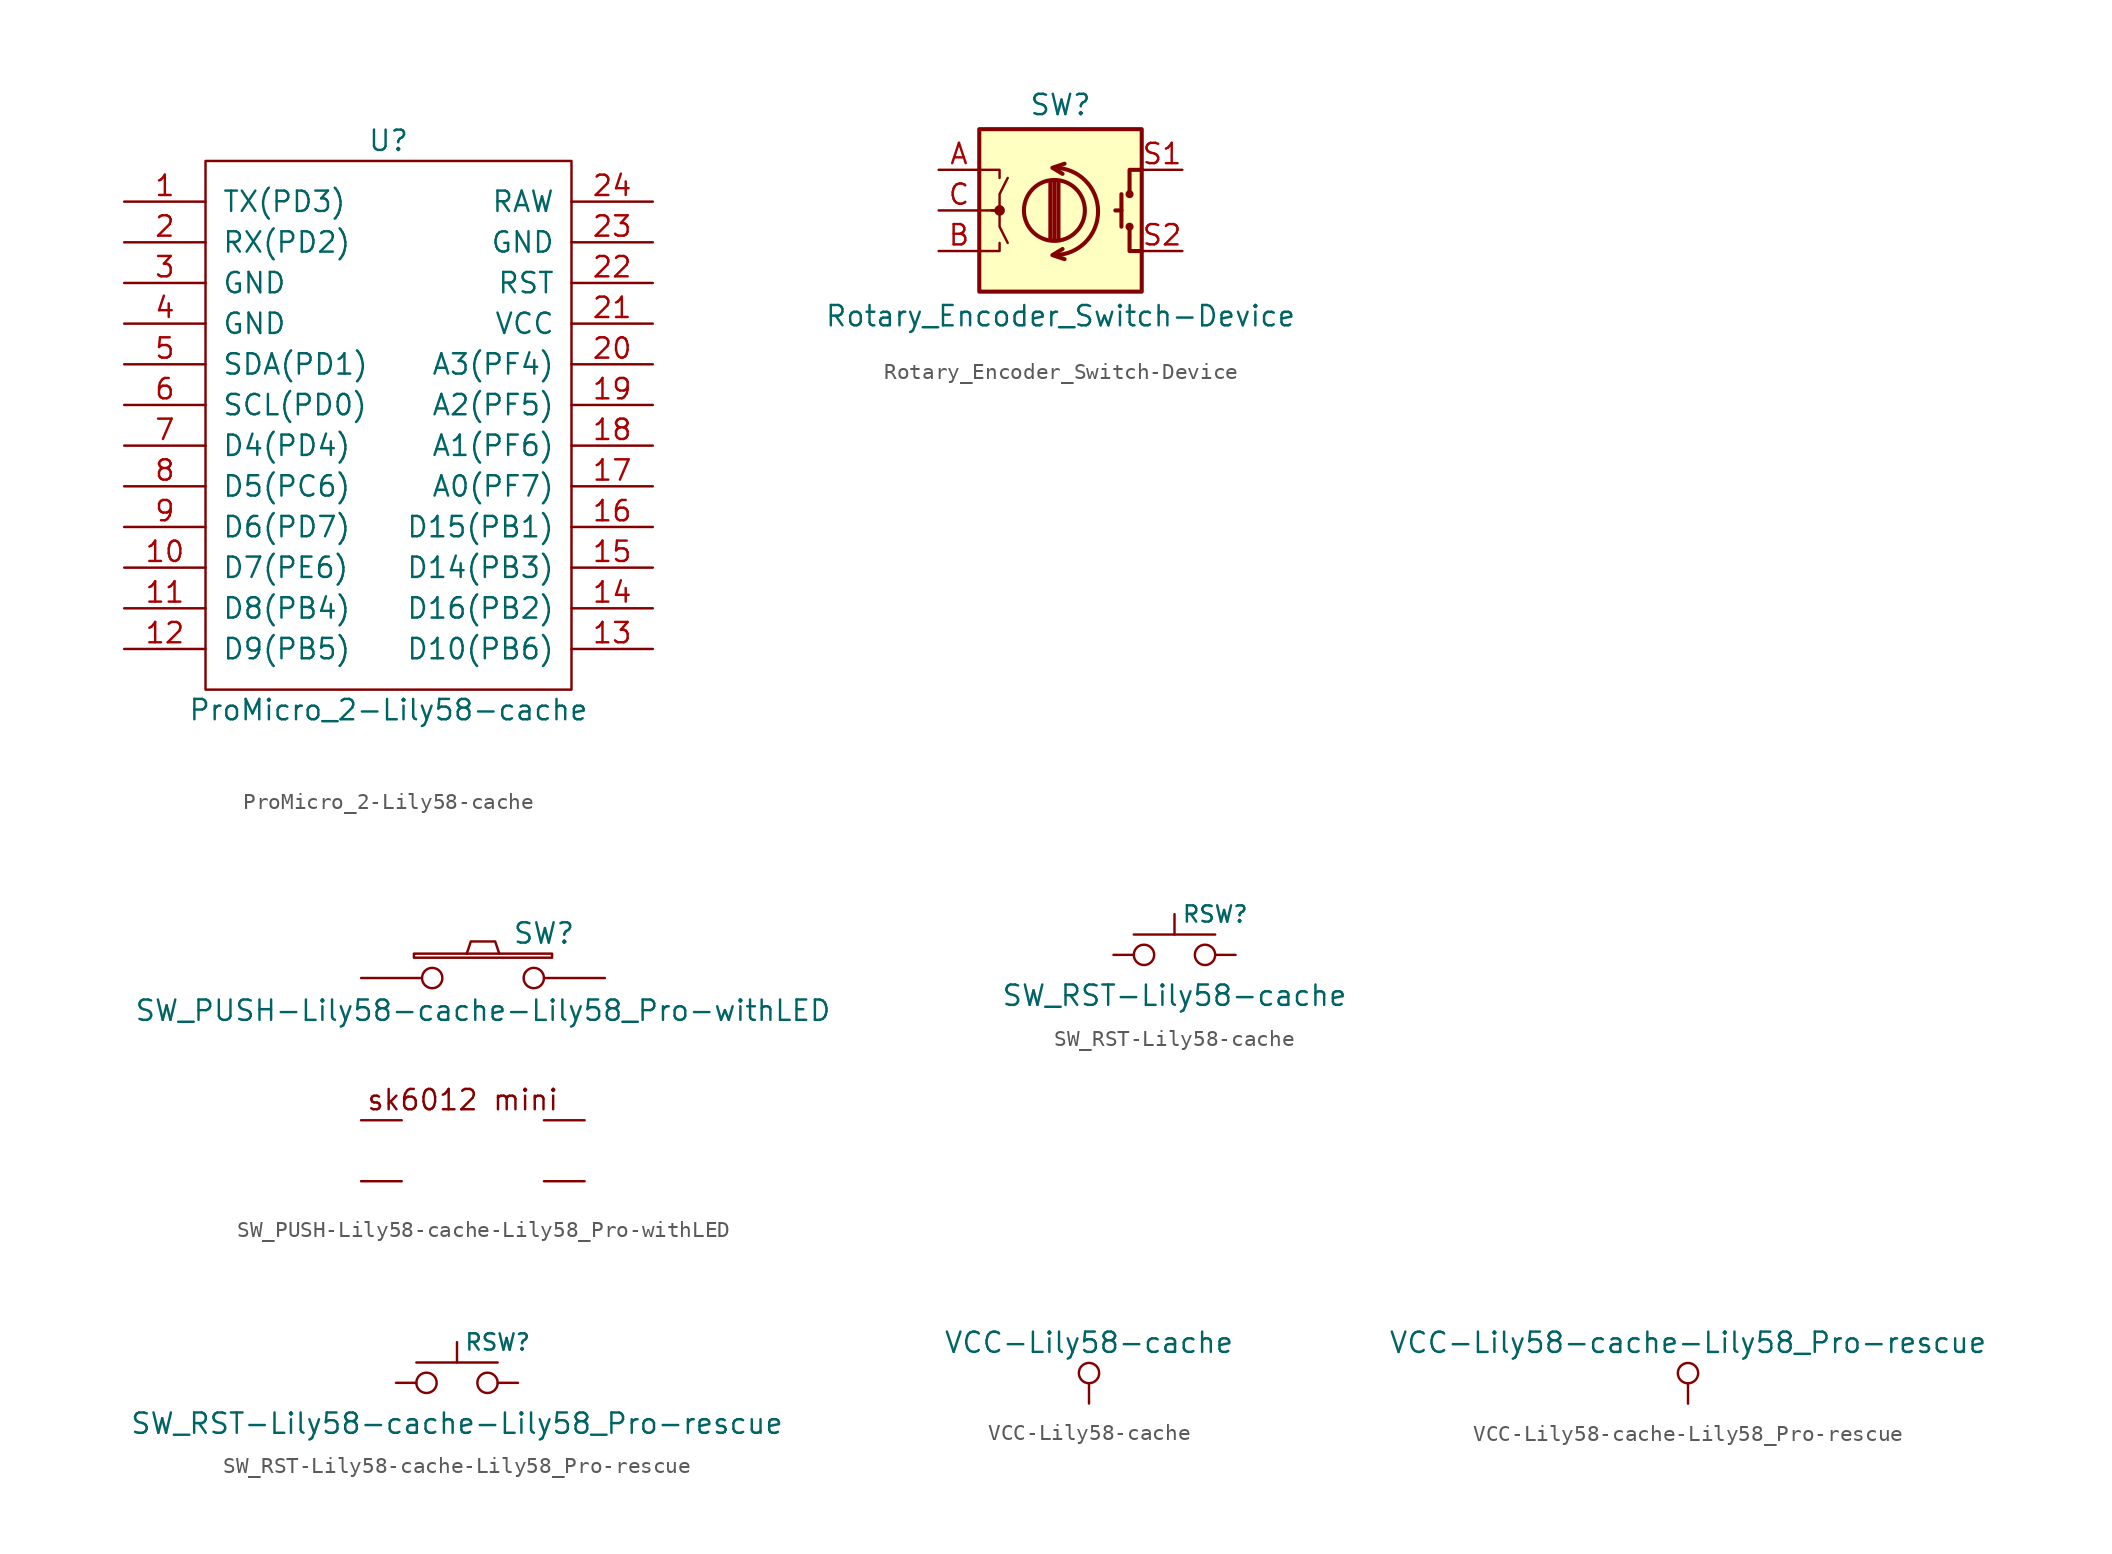
<source format=kicad_sym>
(kicad_symbol_lib
  (version 20231120)
  (generator "kicad_symbol_editor")
  (generator_version "8.0")
  (symbol "ProMicro_2-Lily58-cache"
    (pin_names
      (offset 1.016))
    (property "Reference" "U"
      (at 0 17.78 0)
      (effects (font (size 1.27 1.27))))
    (property "Value" "ProMicro_2-Lily58-cache"
      (at 0 -17.78 0)
      (effects (font (size 1.27 1.27))))
    (symbol "ProMicro_2-Lily58-cache_0_1"
      (rectangle (start -11.43 16.51) (end 11.43 -16.51) (stroke (width 0) (type solid)) (fill (type none))))
    (symbol "ProMicro_2-Lily58-cache_1_1"
      (pin input line (at -16.51 13.97 0) (length 5.08) (name "TX(PD3)" (effects (font (size 1.27 1.27)))) (number "1" (effects (font (size 1.27 1.27)))))
      (pin input line (at -16.51 -8.89 0) (length 5.08) (name "D7(PE6)" (effects (font (size 1.27 1.27)))) (number "10" (effects (font (size 1.27 1.27)))))
      (pin input line (at -16.51 -11.43 0) (length 5.08) (name "D8(PB4)" (effects (font (size 1.27 1.27)))) (number "11" (effects (font (size 1.27 1.27)))))
      (pin input line (at -16.51 -13.97 0) (length 5.08) (name "D9(PB5)" (effects (font (size 1.27 1.27)))) (number "12" (effects (font (size 1.27 1.27)))))
      (pin input line (at 16.51 -13.97 180) (length 5.08) (name "D10(PB6)" (effects (font (size 1.27 1.27)))) (number "13" (effects (font (size 1.27 1.27)))))
      (pin input line (at 16.51 -11.43 180) (length 5.08) (name "D16(PB2)" (effects (font (size 1.27 1.27)))) (number "14" (effects (font (size 1.27 1.27)))))
      (pin input line (at 16.51 -8.89 180) (length 5.08) (name "D14(PB3)" (effects (font (size 1.27 1.27)))) (number "15" (effects (font (size 1.27 1.27)))))
      (pin input line (at 16.51 -6.35 180) (length 5.08) (name "D15(PB1)" (effects (font (size 1.27 1.27)))) (number "16" (effects (font (size 1.27 1.27)))))
      (pin input line (at 16.51 -3.81 180) (length 5.08) (name "A0(PF7)" (effects (font (size 1.27 1.27)))) (number "17" (effects (font (size 1.27 1.27)))))
      (pin input line (at 16.51 -1.27 180) (length 5.08) (name "A1(PF6)" (effects (font (size 1.27 1.27)))) (number "18" (effects (font (size 1.27 1.27)))))
      (pin input line (at 16.51 1.27 180) (length 5.08) (name "A2(PF5)" (effects (font (size 1.27 1.27)))) (number "19" (effects (font (size 1.27 1.27)))))
      (pin input line (at -16.51 11.43 0) (length 5.08) (name "RX(PD2)" (effects (font (size 1.27 1.27)))) (number "2" (effects (font (size 1.27 1.27)))))
      (pin input line (at 16.51 3.81 180) (length 5.08) (name "A3(PF4)" (effects (font (size 1.27 1.27)))) (number "20" (effects (font (size 1.27 1.27)))))
      (pin input line (at 16.51 6.35 180) (length 5.08) (name "VCC" (effects (font (size 1.27 1.27)))) (number "21" (effects (font (size 1.27 1.27)))))
      (pin input line (at 16.51 8.89 180) (length 5.08) (name "RST" (effects (font (size 1.27 1.27)))) (number "22" (effects (font (size 1.27 1.27)))))
      (pin input line (at 16.51 11.43 180) (length 5.08) (name "GND" (effects (font (size 1.27 1.27)))) (number "23" (effects (font (size 1.27 1.27)))))
      (pin input line (at 16.51 13.97 180) (length 5.08) (name "RAW" (effects (font (size 1.27 1.27)))) (number "24" (effects (font (size 1.27 1.27)))))
      (pin input line (at -16.51 8.89 0) (length 5.08) (name "GND" (effects (font (size 1.27 1.27)))) (number "3" (effects (font (size 1.27 1.27)))))
      (pin input line (at -16.51 6.35 0) (length 5.08) (name "GND" (effects (font (size 1.27 1.27)))) (number "4" (effects (font (size 1.27 1.27)))))
      (pin input line (at -16.51 3.81 0) (length 5.08) (name "SDA(PD1)" (effects (font (size 1.27 1.27)))) (number "5" (effects (font (size 1.27 1.27)))))
      (pin input line (at -16.51 1.27 0) (length 5.08) (name "SCL(PD0)" (effects (font (size 1.27 1.27)))) (number "6" (effects (font (size 1.27 1.27)))))
      (pin input line (at -16.51 -1.27 0) (length 5.08) (name "D4(PD4)" (effects (font (size 1.27 1.27)))) (number "7" (effects (font (size 1.27 1.27)))))
      (pin input line (at -16.51 -3.81 0) (length 5.08) (name "D5(PC6)" (effects (font (size 1.27 1.27)))) (number "8" (effects (font (size 1.27 1.27)))))
      (pin input line (at -16.51 -6.35 0) (length 5.08) (name "D6(PD7)" (effects (font (size 1.27 1.27)))) (number "9" (effects (font (size 1.27 1.27)))))))
  (symbol "Rotary_Encoder_Switch-Device"
    (pin_names
      (offset 0.254) hide)
    (property "Reference" "SW"
      (at 0 6.604 0)
      (effects (font (size 1.27 1.27))))
    (property "Value" "Rotary_Encoder_Switch-Device"
      (at 0 -6.604 0)
      (effects (font (size 1.27 1.27))))
    (symbol "Rotary_Encoder_Switch-Device_0_1"
      (rectangle (start -5.08 5.08) (end 5.08 -5.08) (stroke (width 0.254) (type solid)) (fill (type background)))
      (circle (center -3.81 0) (radius 0.254) (stroke (width 0) (type solid)) (fill (type outline)))
      (arc (start -0.381 -2.794) (mid 2.3622 -0.0508) (end -0.381 2.667) (stroke (width 0.254) (type solid)) (fill (type none)))
      (circle (center -0.381 0) (radius 1.905) (stroke (width 0.254) (type solid)) (fill (type none)))
      (polyline (pts (xy -0.635 -1.778) (xy -0.635 1.778)) (stroke (width 0.254) (type solid)) (fill (type none)))
      (polyline (pts (xy -0.381 -1.778) (xy -0.381 1.778)) (stroke (width 0.254) (type solid)) (fill (type none)))
      (polyline (pts (xy -0.127 1.778) (xy -0.127 -1.778)) (stroke (width 0.254) (type solid)) (fill (type none)))
      (polyline (pts (xy 3.81 0) (xy 3.429 0)) (stroke (width 0.254) (type solid)) (fill (type none)))
      (polyline (pts (xy 3.81 1.016) (xy 3.81 -1.016)) (stroke (width 0.254) (type solid)) (fill (type none)))
      (polyline (pts (xy -5.08 -2.54) (xy -3.81 -2.54) (xy -3.81 -2.032)) (stroke (width 0) (type solid)) (fill (type none)))
      (polyline (pts (xy -5.08 2.54) (xy -3.81 2.54) (xy -3.81 2.032)) (stroke (width 0) (type solid)) (fill (type none)))
      (polyline (pts (xy 0.254 -3.048) (xy -0.508 -2.794) (xy 0.127 -2.413)) (stroke (width 0.254) (type solid)) (fill (type none)))
      (polyline (pts (xy 0.254 2.921) (xy -0.508 2.667) (xy 0.127 2.286)) (stroke (width 0.254) (type solid)) (fill (type none)))
      (polyline (pts (xy 5.08 -2.54) (xy 4.318 -2.54) (xy 4.318 -1.016)) (stroke (width 0.254) (type solid)) (fill (type none)))
      (polyline (pts (xy 5.08 2.54) (xy 4.318 2.54) (xy 4.318 1.016)) (stroke (width 0.254) (type solid)) (fill (type none)))
      (polyline (pts (xy -5.08 0) (xy -3.81 0) (xy -3.81 -1.016) (xy -3.302 -2.032)) (stroke (width 0) (type solid)) (fill (type none)))
      (polyline (pts (xy -4.318 0) (xy -3.81 0) (xy -3.81 1.016) (xy -3.302 2.032)) (stroke (width 0) (type solid)) (fill (type none)))
      (circle (center 4.318 -1.016) (radius 0.127) (stroke (width 0.254) (type solid)) (fill (type none)))
      (circle (center 4.318 1.016) (radius 0.127) (stroke (width 0.254) (type solid)) (fill (type none))))
    (symbol "Rotary_Encoder_Switch-Device_1_1"
      (pin passive line (at -7.62 2.54 0) (length 2.54) (name "A" (effects (font (size 1.27 1.27)))) (number "A" (effects (font (size 1.27 1.27)))))
      (pin passive line (at -7.62 -2.54 0) (length 2.54) (name "B" (effects (font (size 1.27 1.27)))) (number "B" (effects (font (size 1.27 1.27)))))
      (pin passive line (at -7.62 0 0) (length 2.54) (name "C" (effects (font (size 1.27 1.27)))) (number "C" (effects (font (size 1.27 1.27)))))
      (pin passive line (at 7.62 2.54 180) (length 2.54) (name "S1" (effects (font (size 1.27 1.27)))) (number "S1" (effects (font (size 1.27 1.27)))))
      (pin passive line (at 7.62 -2.54 180) (length 2.54) (name "S2" (effects (font (size 1.27 1.27)))) (number "S2" (effects (font (size 1.27 1.27)))))))
  (symbol "SW_PUSH-Lily58-cache-Lily58_Pro-withLED"
    (pin_numbers hide)
    (pin_names
      (offset 1.016) hide)
    (property "Reference" "SW"
      (at 3.81 2.794 0)
      (effects (font (size 1.27 1.27))))
    (property "Value" "SW_PUSH-Lily58-cache-Lily58_Pro-withLED"
      (at 0 -2.032 0)
      (effects (font (size 1.27 1.27))))
    (property "Footprint" ""
      (at 0 0 0)
      (effects (font (size 1.27 1.27))))
    (property "Datasheet" ""
      (at 0 0 0)
      (effects (font (size 1.27 1.27))))
    (symbol "SW_PUSH-Lily58-cache-Lily58_Pro-withLED_0_0"
      (text "sk6012 mini" (at -1.27 -7.62 0) (effects (font (size 1.27 1.27)))))
    (symbol "SW_PUSH-Lily58-cache-Lily58_Pro-withLED_0_1"
      (rectangle (start -4.318 1.27) (end 4.318 1.524) (stroke (width 0) (type solid)) (fill (type none)))
      (polyline (pts (xy -1.016 1.524) (xy -0.762 2.286) (xy 0.762 2.286) (xy 1.016 1.524)) (stroke (width 0) (type solid)) (fill (type none)))
      (pin passive inverted (at -7.62 0 0) (length 5.08) (name "1" (effects (font (size 1.27 1.27)))) (number "1" (effects (font (size 1.27 1.27)))))
      (pin passive inverted (at 7.62 0 180) (length 5.08) (name "2" (effects (font (size 1.27 1.27)))) (number "2" (effects (font (size 1.27 1.27))))))
    (symbol "SW_PUSH-Lily58-cache-Lily58_Pro-withLED_1_1"
      (pin output line (at -7.62 -8.89 0) (length 2.54) (name "DOUT" (effects (font (size 1.27 1.27)))) (number "1B" (effects (font (size 1.27 1.27)))))
      (pin power_in line (at -7.62 -12.7 0) (length 2.54) (name "VSS" (effects (font (size 1.27 1.27)))) (number "2B" (effects (font (size 1.27 1.27)))))
      (pin input line (at 6.35 -12.7 180) (length 2.54) (name "DIN" (effects (font (size 1.27 1.27)))) (number "3B" (effects (font (size 1.27 1.27)))))
      (pin power_in line (at 6.35 -8.89 180) (length 2.54) (name "VDD" (effects (font (size 1.27 1.27)))) (number "4B" (effects (font (size 1.27 1.27)))))))
  (symbol "SW_RST-Lily58-cache"
    (pin_numbers hide)
    (pin_names
      (offset 1.016) hide)
    (property "Reference" "RSW"
      (at 2.54 2.54 0)
      (effects (font (size 1.016 1.016))))
    (property "Value" "SW_RST-Lily58-cache"
      (at 0 -2.54 0)
      (effects (font (size 1.27 1.27))))
    (symbol "SW_RST-Lily58-cache_0_1"
      (polyline (pts (xy -2.54 1.27) (xy 2.54 1.27)) (stroke (width 0) (type solid)) (fill (type none)))
      (polyline (pts (xy 0 2.54) (xy 0 1.27)) (stroke (width 0) (type solid)) (fill (type none)))
      (pin passive inverted (at -3.81 0 0) (length 2.54) (name "1" (effects (font (size 1.27 1.27)))) (number "1" (effects (font (size 1.27 1.27)))))
      (pin passive inverted (at 3.81 0 180) (length 2.54) (name "2" (effects (font (size 1.27 1.27)))) (number "2" (effects (font (size 1.27 1.27)))))))
  (symbol "SW_RST-Lily58-cache-Lily58_Pro-rescue"
    (pin_numbers hide)
    (pin_names
      (offset 1.016) hide)
    (property "Reference" "RSW"
      (at 2.54 2.54 0)
      (effects (font (size 1.016 1.016))))
    (property "Value" "SW_RST-Lily58-cache-Lily58_Pro-rescue"
      (at 0 -2.54 0)
      (effects (font (size 1.27 1.27))))
    (symbol "SW_RST-Lily58-cache-Lily58_Pro-rescue_0_1"
      (polyline (pts (xy -2.54 1.27) (xy 2.54 1.27)) (stroke (width 0) (type solid)) (fill (type none)))
      (polyline (pts (xy 0 2.54) (xy 0 1.27)) (stroke (width 0) (type solid)) (fill (type none)))
      (pin passive inverted (at -3.81 0 0) (length 2.54) (name "1" (effects (font (size 1.27 1.27)))) (number "1" (effects (font (size 1.27 1.27)))))
      (pin passive inverted (at 3.81 0 180) (length 2.54) (name "2" (effects (font (size 1.27 1.27)))) (number "2" (effects (font (size 1.27 1.27)))))))
  (symbol "VCC-Lily58-cache"
    (power)
    (pin_names
      (offset 0))
    (property "Reference" "#PWR"
      (at 0 -3.81 0)
      (effects (font (size 1.27 1.27)) (hide yes)))
    (property "Value" "VCC-Lily58-cache"
      (at 0 3.81 0)
      (effects (font (size 1.27 1.27))))
    (symbol "VCC-Lily58-cache_0_1"
      (polyline (pts (xy 0 0) (xy 0 1.27)) (stroke (width 0) (type solid)) (fill (type none)))
      (circle (center 0 1.905) (radius 0.635) (stroke (width 0) (type solid)) (fill (type none))))
    (symbol "VCC-Lily58-cache_1_1"
      (pin power_in line (at 0 0 90) (length 0) hide (name "VCC" (effects (font (size 1.27 1.27)))) (number "1" (effects (font (size 1.27 1.27)))))))
  (symbol "VCC-Lily58-cache-Lily58_Pro-rescue"
    (power)
    (pin_names
      (offset 0))
    (property "Reference" "#PWR"
      (at 0 -3.81 0)
      (effects (font (size 1.27 1.27)) (hide yes)))
    (property "Value" "VCC-Lily58-cache-Lily58_Pro-rescue"
      (at 0 3.81 0)
      (effects (font (size 1.27 1.27))))
    (symbol "VCC-Lily58-cache-Lily58_Pro-rescue_0_1"
      (polyline (pts (xy 0 0) (xy 0 1.27)) (stroke (width 0) (type solid)) (fill (type none)))
      (circle (center 0 1.905) (radius 0.635) (stroke (width 0) (type solid)) (fill (type none))))
    (symbol "VCC-Lily58-cache-Lily58_Pro-rescue_1_1"
      (pin power_in line (at 0 0 90) (length 0) hide (name "VCC" (effects (font (size 1.27 1.27)))) (number "1" (effects (font (size 1.27 1.27))))))))
</source>
